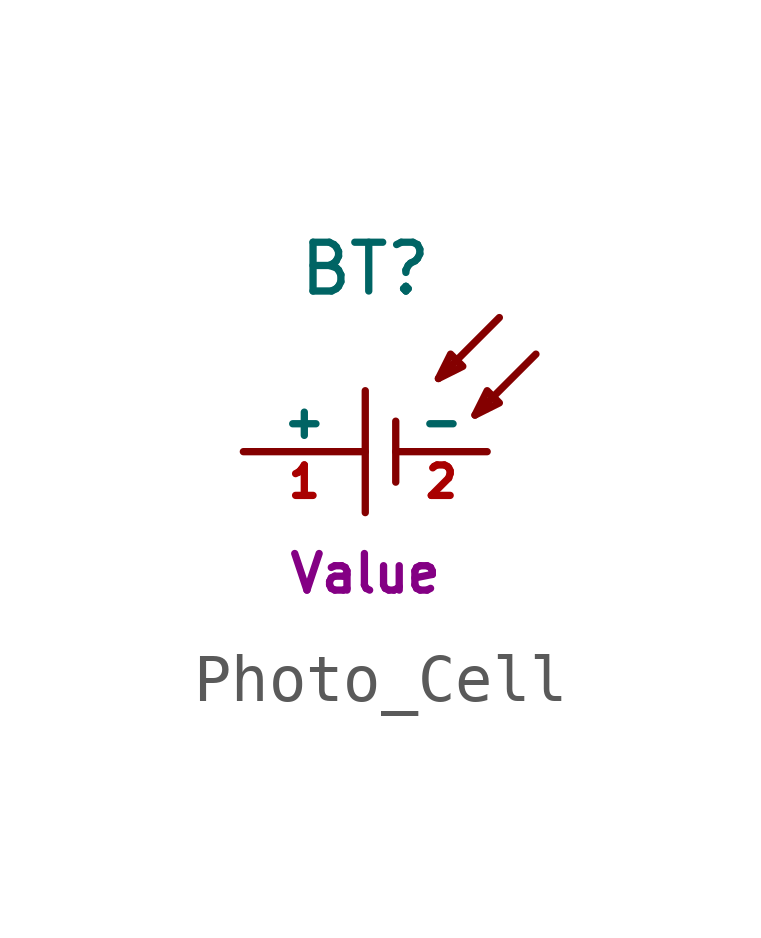
<source format=kicad_sym>
(kicad_symbol_lib
  (version 20220914)
  (generator kicad_symbol_editor)
  (symbol "Photo_Cell"
    (pin_names
      (offset 0))
    (property "Reference" "BT"
      (at 0 3.81 0)
      (effects (font (size 1.016 1.016))))
    (property "Footprint" ""
      (at 0 0 0)
      (effects (font (size 1.524 1.524))))
    (property "Datasheet" ""
      (at 0.203 2.54 0)
      (effects (font (size 1.524 1.524))))
    (property "Unit" "Value"
      (at 0 -2.54 0)
      (effects (font (size 0.762 0.762))))
    (symbol "Photo_Cell_0_1"
      (polyline (pts (xy 0 1.27) (xy 0 -1.27)) (stroke (width 0) (type solid)) (fill (type none)))
      (polyline (pts (xy 0.635 0.635) (xy 0.635 -0.635)) (stroke (width 0) (type solid)) (fill (type none)))
      (polyline (pts (xy 2.794 2.794) (xy 1.524 1.524)) (stroke (width 0) (type solid)) (fill (type none)))
      (polyline (pts (xy 3.556 2.032) (xy 2.286 0.762)) (stroke (width 0) (type solid)) (fill (type none)))
      (polyline (pts (xy 1.524 1.524) (xy 1.778 2.032) (xy 2.032 1.778) (xy 1.524 1.524)) (stroke (width 0) (type solid)) (fill (type none)))
      (polyline (pts (xy 2.286 0.762) (xy 2.54 1.27) (xy 2.794 1.016) (xy 2.286 0.762)) (stroke (width 0) (type solid)) (fill (type none))))
    (symbol "Photo_Cell_1_1"
      (pin power_out line (at -2.54 0 0) (length 2.54) (name "+" (effects (font (size 0.635 0.635)))) (number "1" (effects (font (size 0.635 0.635)))))
      (pin power_out line (at 2.54 0 180) (length 1.905) (name "-" (effects (font (size 0.635 0.635)))) (number "2" (effects (font (size 0.635 0.635))))))))
</source>
